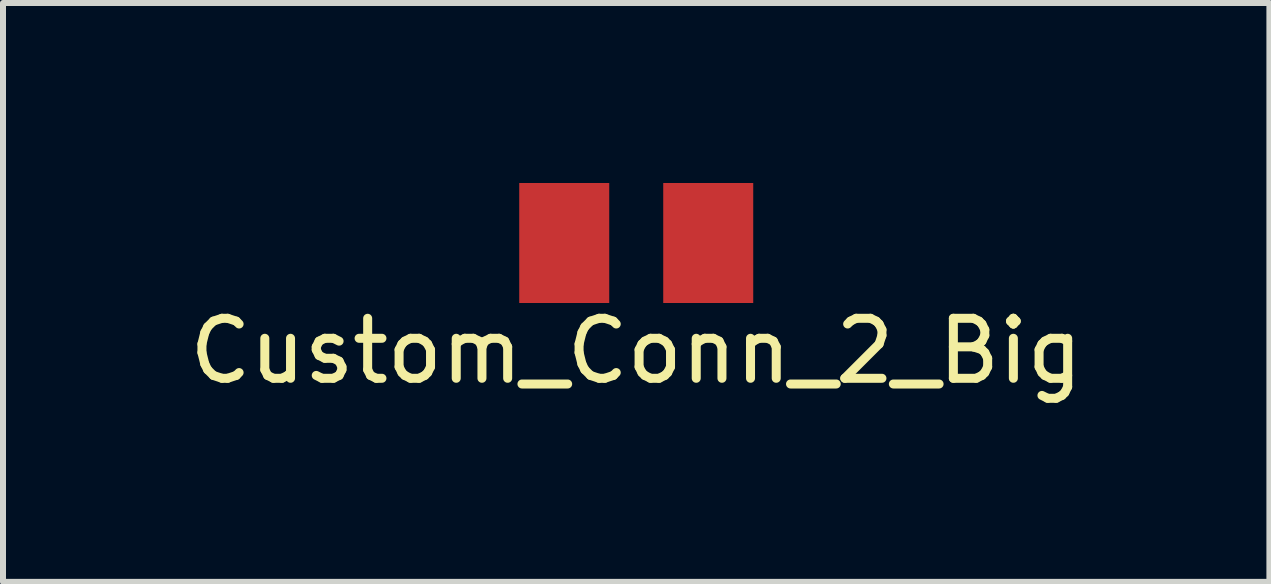
<source format=kicad_pcb>
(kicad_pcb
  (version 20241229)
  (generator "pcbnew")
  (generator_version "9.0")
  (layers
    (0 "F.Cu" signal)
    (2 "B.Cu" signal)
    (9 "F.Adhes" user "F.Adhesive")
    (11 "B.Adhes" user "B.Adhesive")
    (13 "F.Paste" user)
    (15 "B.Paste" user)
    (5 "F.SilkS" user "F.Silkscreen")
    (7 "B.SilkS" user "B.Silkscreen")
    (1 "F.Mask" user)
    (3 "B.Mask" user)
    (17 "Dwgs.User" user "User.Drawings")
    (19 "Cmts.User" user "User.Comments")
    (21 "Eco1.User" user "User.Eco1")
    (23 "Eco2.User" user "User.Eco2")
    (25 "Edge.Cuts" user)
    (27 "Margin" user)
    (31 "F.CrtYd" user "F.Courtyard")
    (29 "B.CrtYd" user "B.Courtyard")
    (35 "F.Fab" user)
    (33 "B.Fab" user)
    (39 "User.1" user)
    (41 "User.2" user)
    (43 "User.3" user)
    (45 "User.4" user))
  (footprint "Custom_Conn_2_Big"
    (layer "F.Cu")
    (at 7.554 1)
    (property "Reference" "Custom_Conn_2_Big" (at 0 1.8 0) (layer "F.SilkS") (effects (font (size 1 1) (thickness 0.15))))
    (attr through_hole)
    (pad "1" smd rect (at -1.2 0) (size 1.5 2) (layers "F.Cu" "F.Mask" "F.Paste"))
    (pad "2" smd rect (at 1.2 0) (size 1.5 2) (layers "F.Cu" "F.Mask" "F.Paste")))
  (gr_rect
    (start -3 -3)
    (end 18.107 6.648)
    (stroke (width 0.1) (type default))
    (fill no)
    (layer "Edge.Cuts")))
</source>
